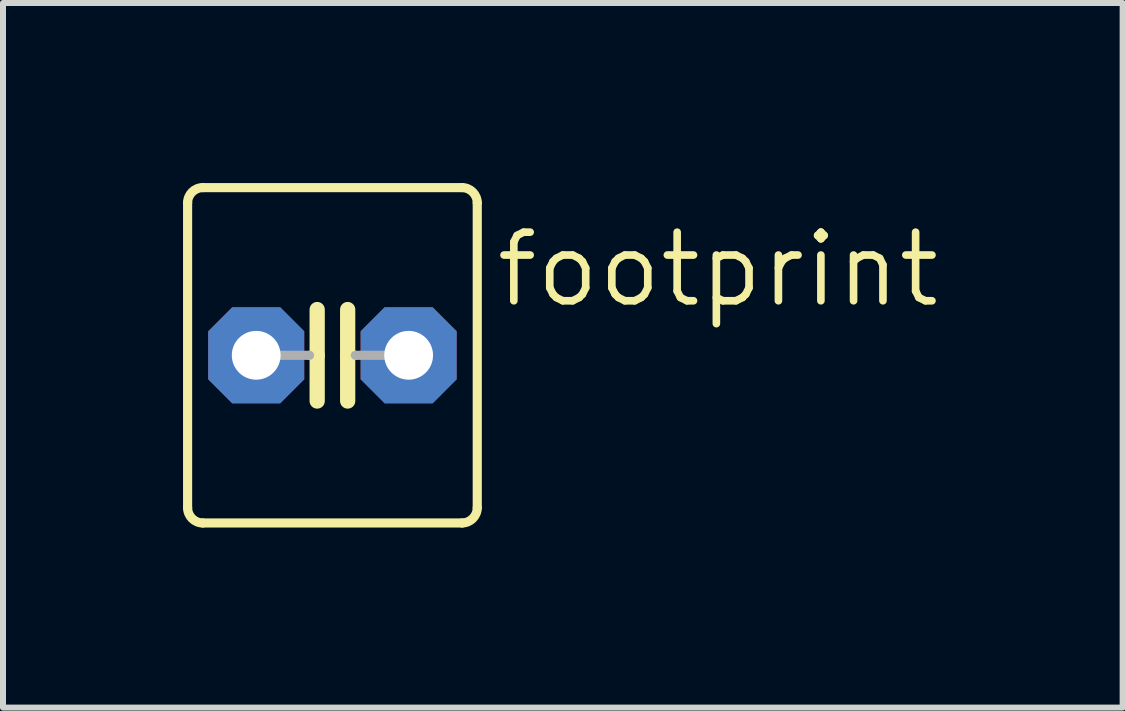
<source format=kicad_pcb>
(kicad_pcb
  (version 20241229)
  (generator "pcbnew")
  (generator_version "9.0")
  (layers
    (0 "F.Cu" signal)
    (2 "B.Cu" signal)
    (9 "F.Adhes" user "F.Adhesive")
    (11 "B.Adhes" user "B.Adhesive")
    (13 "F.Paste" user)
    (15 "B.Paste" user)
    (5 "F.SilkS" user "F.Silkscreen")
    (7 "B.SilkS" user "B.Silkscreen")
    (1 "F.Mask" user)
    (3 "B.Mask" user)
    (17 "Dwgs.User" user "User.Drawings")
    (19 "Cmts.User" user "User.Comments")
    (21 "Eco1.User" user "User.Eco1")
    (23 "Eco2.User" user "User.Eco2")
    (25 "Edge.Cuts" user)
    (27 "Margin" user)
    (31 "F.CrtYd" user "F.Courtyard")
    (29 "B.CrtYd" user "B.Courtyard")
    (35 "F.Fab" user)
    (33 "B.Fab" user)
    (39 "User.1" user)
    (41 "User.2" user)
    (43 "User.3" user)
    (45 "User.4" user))
  (footprint "footprint"
    (layer "F.Cu")
    (at 2.489 2.87)
    (property "Reference" "footprint" (at 2.667 -0.762 0) (layer "F.SilkS") (effects (font (size 1.143 1.143) (thickness 0.127)) (justify left bottom)))
    (fp_line (start -2.413 -2.54) (end -2.413 2.54) (stroke (width 0.152) (type solid)) (layer "F.SilkS"))
    (fp_line (start -2.159 -2.794) (end 2.159 -2.794) (stroke (width 0.152) (type solid)) (layer "F.SilkS"))
    (fp_line (start -0.254 -0.762) (end -0.254 0) (stroke (width 0.254) (type solid)) (layer "F.SilkS"))
    (fp_line (start -0.254 0) (end -0.381 0) (stroke (width 0.152) (type solid)) (layer "F.SilkS"))
    (fp_line (start -0.254 0) (end -0.254 0.762) (stroke (width 0.254) (type solid)) (layer "F.SilkS"))
    (fp_line (start 0.254 0) (end 0.254 -0.762) (stroke (width 0.254) (type solid)) (layer "F.SilkS"))
    (fp_line (start 0.254 0) (end 0.254 0.762) (stroke (width 0.254) (type solid)) (layer "F.SilkS"))
    (fp_line (start 0.381 0) (end 0.254 0) (stroke (width 0.152) (type solid)) (layer "F.SilkS"))
    (fp_line (start 2.159 2.794) (end -2.159 2.794) (stroke (width 0.152) (type solid)) (layer "F.SilkS"))
    (fp_line (start 2.413 -2.54) (end 2.413 2.54) (stroke (width 0.152) (type solid)) (layer "F.SilkS"))
    (fp_arc (start -2.413 -2.54) (mid -2.338605 -2.719605) (end -2.159 -2.794) (stroke (width 0.1524) (type solid)) (layer "F.SilkS"))
    (fp_arc (start -2.159 2.794) (mid -2.338605 2.719605) (end -2.413 2.54) (stroke (width 0.1524) (type solid)) (layer "F.SilkS"))
    (fp_arc (start 2.159 -2.794) (mid 2.338605 -2.719605) (end 2.413 -2.54) (stroke (width 0.1524) (type solid)) (layer "F.SilkS"))
    (fp_arc (start 2.413 2.54) (mid 2.338605 2.719605) (end 2.159 2.794) (stroke (width 0.1524) (type solid)) (layer "F.SilkS"))
    (fp_line (start -0.381 0) (end -1.27 0) (stroke (width 0.152) (type solid)) (layer "F.Fab"))
    (fp_line (start 1.27 0) (end 0.381 0) (stroke (width 0.152) (type solid)) (layer "F.Fab"))
    (pad "1" thru_hole roundrect (at -1.27 0) (size 1.6 1.6) (drill 0.813) (layers "*.Cu" "*.Mask") (roundrect_rratio 0.25) (chamfer_ratio 0.25) (chamfer top_left top_right bottom_left bottom_right))
    (pad "2" thru_hole roundrect (at 1.27 0) (size 1.6 1.6) (drill 0.813) (layers "*.Cu" "*.Mask") (roundrect_rratio 0.25) (chamfer_ratio 0.25) (chamfer top_left top_right bottom_left bottom_right)))
  (gr_rect
    (start -3 -3)
    (end 15.656 8.74)
    (stroke (width 0.1) (type default))
    (fill no)
    (layer "Edge.Cuts")))
</source>
